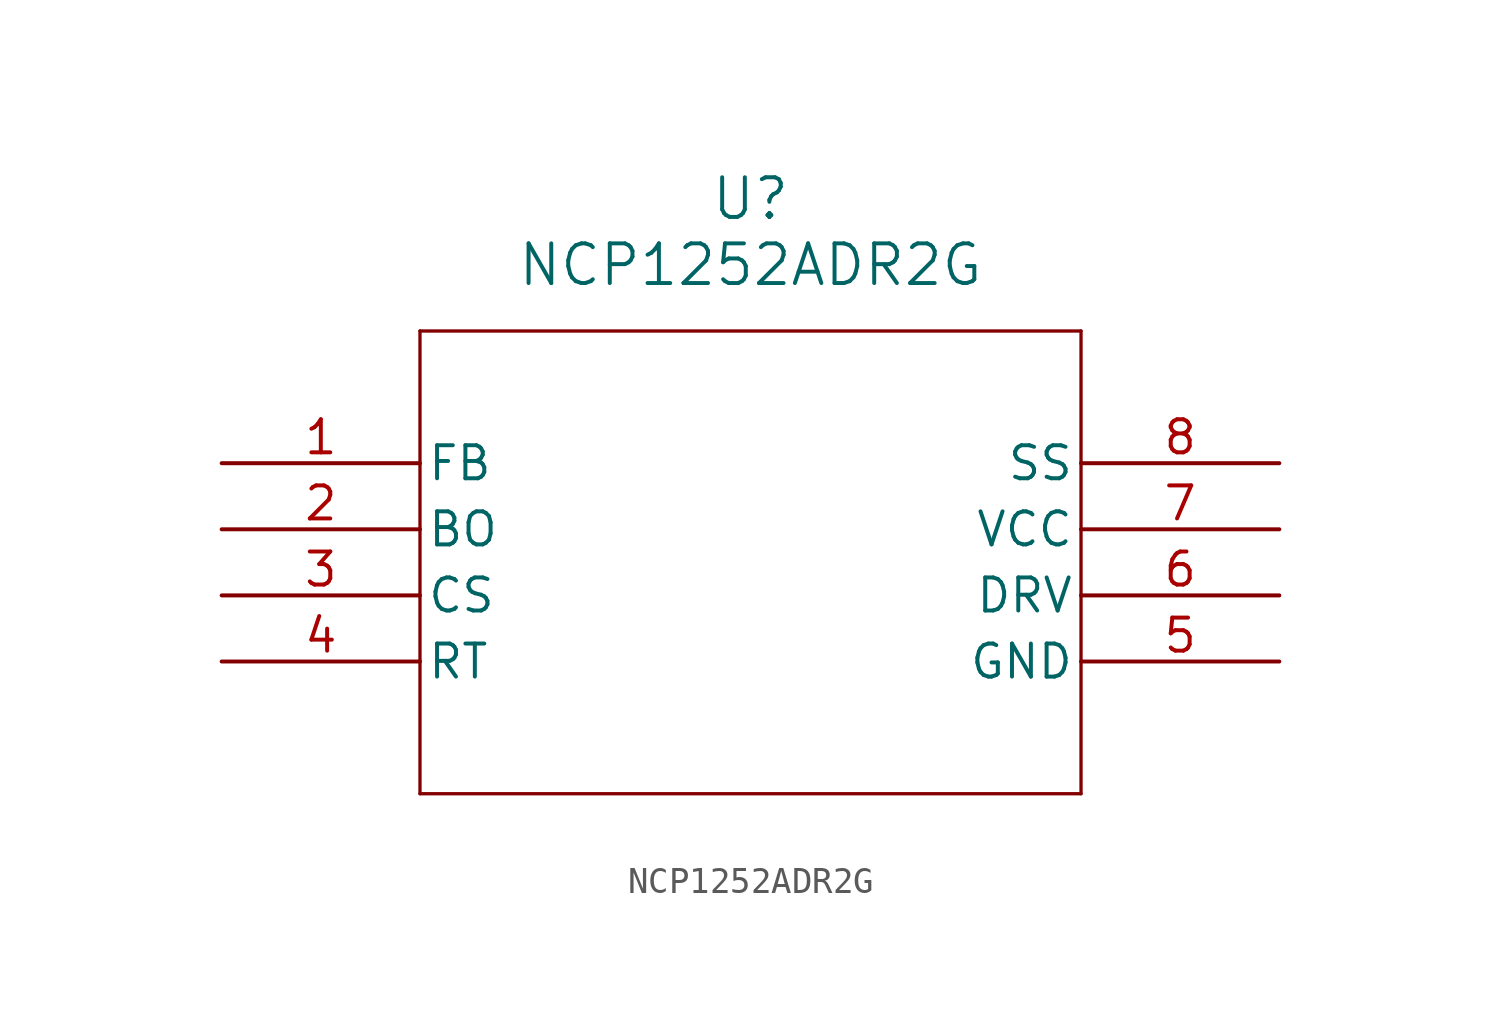
<source format=kicad_sym>
(kicad_symbol_lib
  (version 20211014)
  (generator kicad_symbol_editor)
  (symbol "NCP1252ADR2G"
    (pin_names
      (offset 0.254))
    (property "Reference" "U"
      (at 20.32 10.16 0)
      (effects (font (size 1.524 1.524))))
    (property "Value" "NCP1252ADR2G"
      (at 20.32 7.62 0)
      (effects (font (size 1.524 1.524))))
    (symbol "NCP1252ADR2G_0_1"
      (polyline (pts (xy 7.62 5.08) (xy 7.62 -12.7)) (stroke (width 0.127) (type default) (color 0 0 0 0)) (fill (type none)))
      (polyline (pts (xy 7.62 -12.7) (xy 33.02 -12.7)) (stroke (width 0.127) (type default) (color 0 0 0 0)) (fill (type none)))
      (polyline (pts (xy 33.02 -12.7) (xy 33.02 5.08)) (stroke (width 0.127) (type default) (color 0 0 0 0)) (fill (type none)))
      (polyline (pts (xy 33.02 5.08) (xy 7.62 5.08)) (stroke (width 0.127) (type default) (color 0 0 0 0)) (fill (type none)))
      (pin unspecified line (at 0 0 0) (length 7.62) (name "FB" (effects (font (size 1.27 1.27)))) (number "1" (effects (font (size 1.27 1.27)))))
      (pin bidirectional line (at 0 -2.54 0) (length 7.62) (name "BO" (effects (font (size 1.27 1.27)))) (number "2" (effects (font (size 1.27 1.27)))))
      (pin unspecified line (at 0 -5.08 0) (length 7.62) (name "CS" (effects (font (size 1.27 1.27)))) (number "3" (effects (font (size 1.27 1.27)))))
      (pin unspecified line (at 0 -7.62 0) (length 7.62) (name "RT" (effects (font (size 1.27 1.27)))) (number "4" (effects (font (size 1.27 1.27)))))
      (pin power_in line (at 40.64 -7.62 180) (length 7.62) (name "GND" (effects (font (size 1.27 1.27)))) (number "5" (effects (font (size 1.27 1.27)))))
      (pin unspecified line (at 40.64 -5.08 180) (length 7.62) (name "DRV" (effects (font (size 1.27 1.27)))) (number "6" (effects (font (size 1.27 1.27)))))
      (pin power_in line (at 40.64 -2.54 180) (length 7.62) (name "VCC" (effects (font (size 1.27 1.27)))) (number "7" (effects (font (size 1.27 1.27)))))
      (pin unspecified line (at 40.64 0 180) (length 7.62) (name "SS" (effects (font (size 1.27 1.27)))) (number "8" (effects (font (size 1.27 1.27))))))))
</source>
